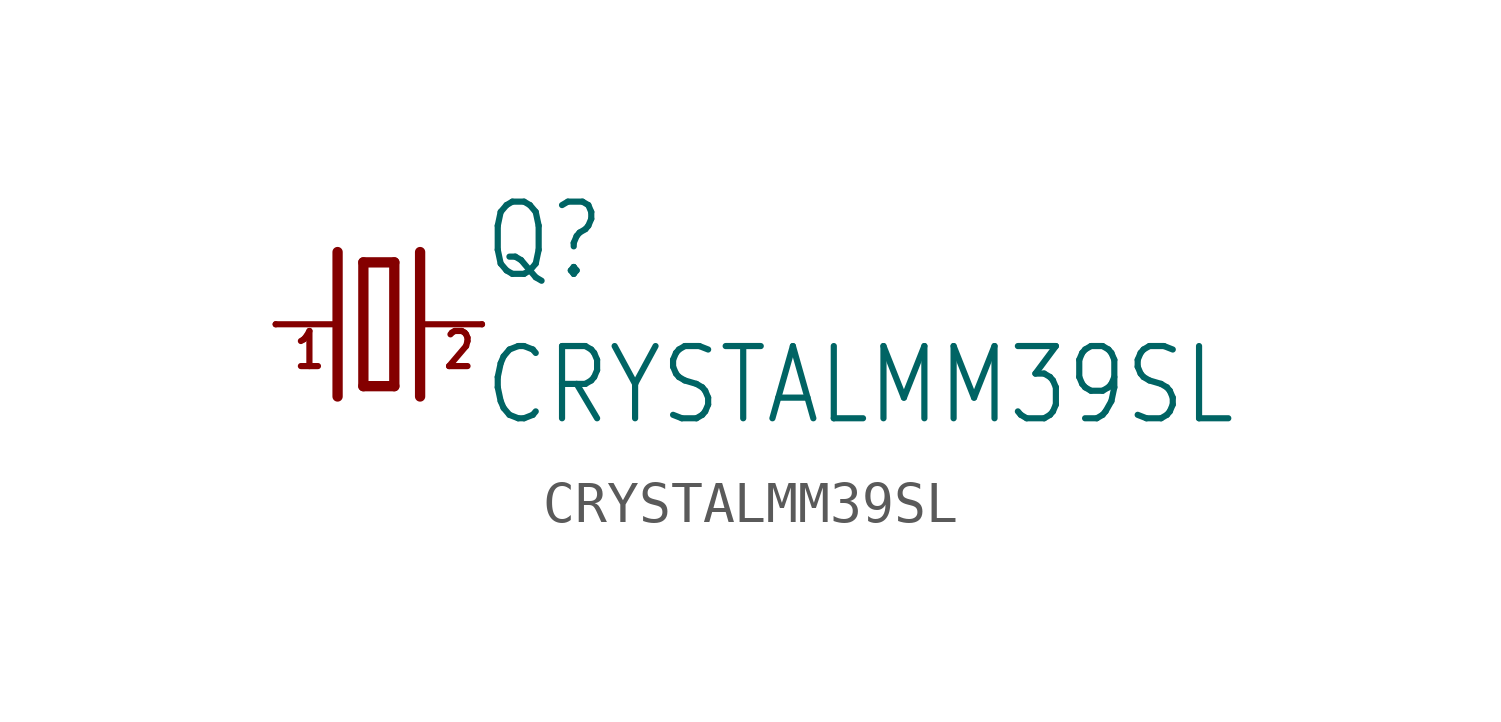
<source format=kicad_sym>
(kicad_symbol_lib
  (version 20211014)
  (generator kicad_symbol_editor)
  (symbol "CRYSTALMM39SL"
    (property "Reference" "Q"
      (at 2.54 1.016 0)
      (effects (font (size 1.778 1.511)) (justify left bottom)))
    (property "Value" "CRYSTALMM39SL"
      (at 2.54 -2.54 0)
      (effects (font (size 1.778 1.511)) (justify left bottom)))
    (property "ki_locked" ""
      (at 0 0 0)
      (effects (font (size 1.27 1.27))))
    (symbol "CRYSTALMM39SL_1_0"
      (polyline (pts (xy -2.54 0) (xy -1.016 0)) (stroke (width 0.152) (type default) (color 0 0 0 0)) (fill (type none)))
      (polyline (pts (xy -1.016 1.778) (xy -1.016 -1.778)) (stroke (width 0.254) (type default) (color 0 0 0 0)) (fill (type none)))
      (polyline (pts (xy -0.381 -1.524) (xy 0.381 -1.524)) (stroke (width 0.254) (type default) (color 0 0 0 0)) (fill (type none)))
      (polyline (pts (xy -0.381 1.524) (xy -0.381 -1.524)) (stroke (width 0.254) (type default) (color 0 0 0 0)) (fill (type none)))
      (polyline (pts (xy 0.381 -1.524) (xy 0.381 1.524)) (stroke (width 0.254) (type default) (color 0 0 0 0)) (fill (type none)))
      (polyline (pts (xy 0.381 1.524) (xy -0.381 1.524)) (stroke (width 0.254) (type default) (color 0 0 0 0)) (fill (type none)))
      (polyline (pts (xy 1.016 0) (xy 2.54 0)) (stroke (width 0.152) (type default) (color 0 0 0 0)) (fill (type none)))
      (polyline (pts (xy 1.016 1.778) (xy 1.016 -1.778)) (stroke (width 0.254) (type default) (color 0 0 0 0)) (fill (type none)))
      (text "1" (at -2.159 -1.143 0) (effects (font (size 0.864 0.734)) (justify left bottom)))
      (text "2" (at 1.524 -1.143 0) (effects (font (size 0.864 0.734)) (justify left bottom)))
      (pin passive line (at -2.54 0 0) (length 0) (name "1" (effects (font (size 0 0)))) (number "1" (effects (font (size 0 0)))))
      (pin passive line (at 2.54 0 180) (length 0) (name "2" (effects (font (size 0 0)))) (number "4" (effects (font (size 0 0))))))))
</source>
